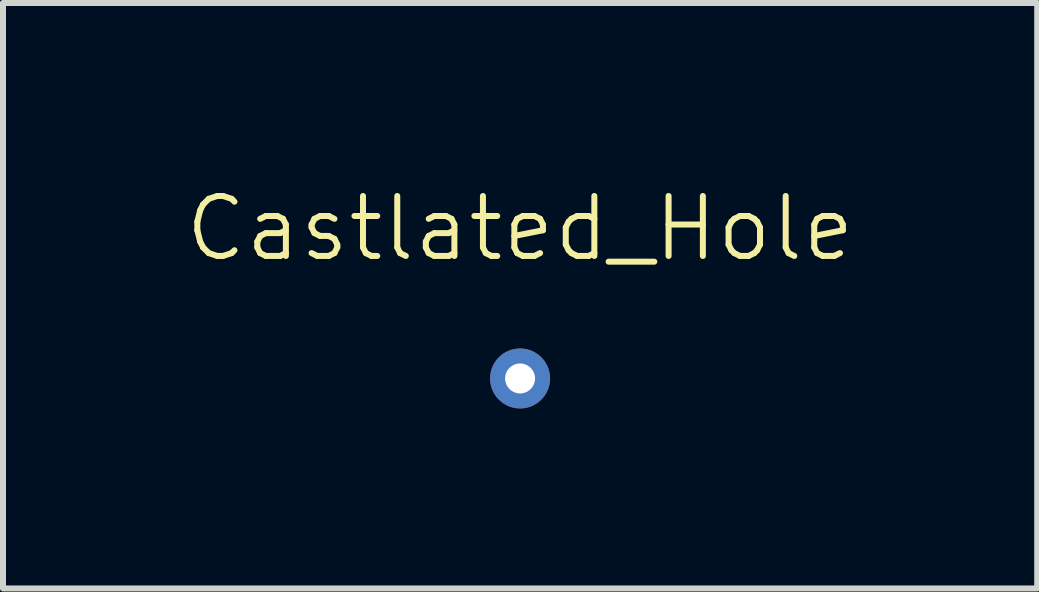
<source format=kicad_pcb>
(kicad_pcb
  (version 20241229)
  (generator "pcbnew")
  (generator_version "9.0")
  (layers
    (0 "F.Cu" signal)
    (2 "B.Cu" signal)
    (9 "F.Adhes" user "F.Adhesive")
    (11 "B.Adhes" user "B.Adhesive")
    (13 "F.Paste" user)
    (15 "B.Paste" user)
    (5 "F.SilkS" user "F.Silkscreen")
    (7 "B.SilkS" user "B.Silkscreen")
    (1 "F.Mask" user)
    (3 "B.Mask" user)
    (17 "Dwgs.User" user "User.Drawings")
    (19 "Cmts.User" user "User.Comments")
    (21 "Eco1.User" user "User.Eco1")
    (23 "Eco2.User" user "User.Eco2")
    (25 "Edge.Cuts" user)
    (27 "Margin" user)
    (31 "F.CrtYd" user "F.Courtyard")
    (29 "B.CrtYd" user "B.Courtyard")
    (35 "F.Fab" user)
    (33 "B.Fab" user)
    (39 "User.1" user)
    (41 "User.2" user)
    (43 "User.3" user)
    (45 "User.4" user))
  (footprint "Castlated_Hole"
    (layer "F.Cu")
    (at 5.621 3.26)
    (property "Reference" "Castlated_Hole" (at 0 -2.5 0) (unlocked yes) (layer "F.SilkS") (effects (font (size 1 1) (thickness 0.1))))
    (attr smd)
    (pad "1" thru_hole circle (at 0 0) (size 1 1) (drill 0.5) (layers "*.Cu" "*.Mask")))
  (gr_rect
    (start -3 -3)
    (end 14.243 6.761)
    (stroke (width 0.1) (type default))
    (fill no)
    (layer "Edge.Cuts")))
</source>
